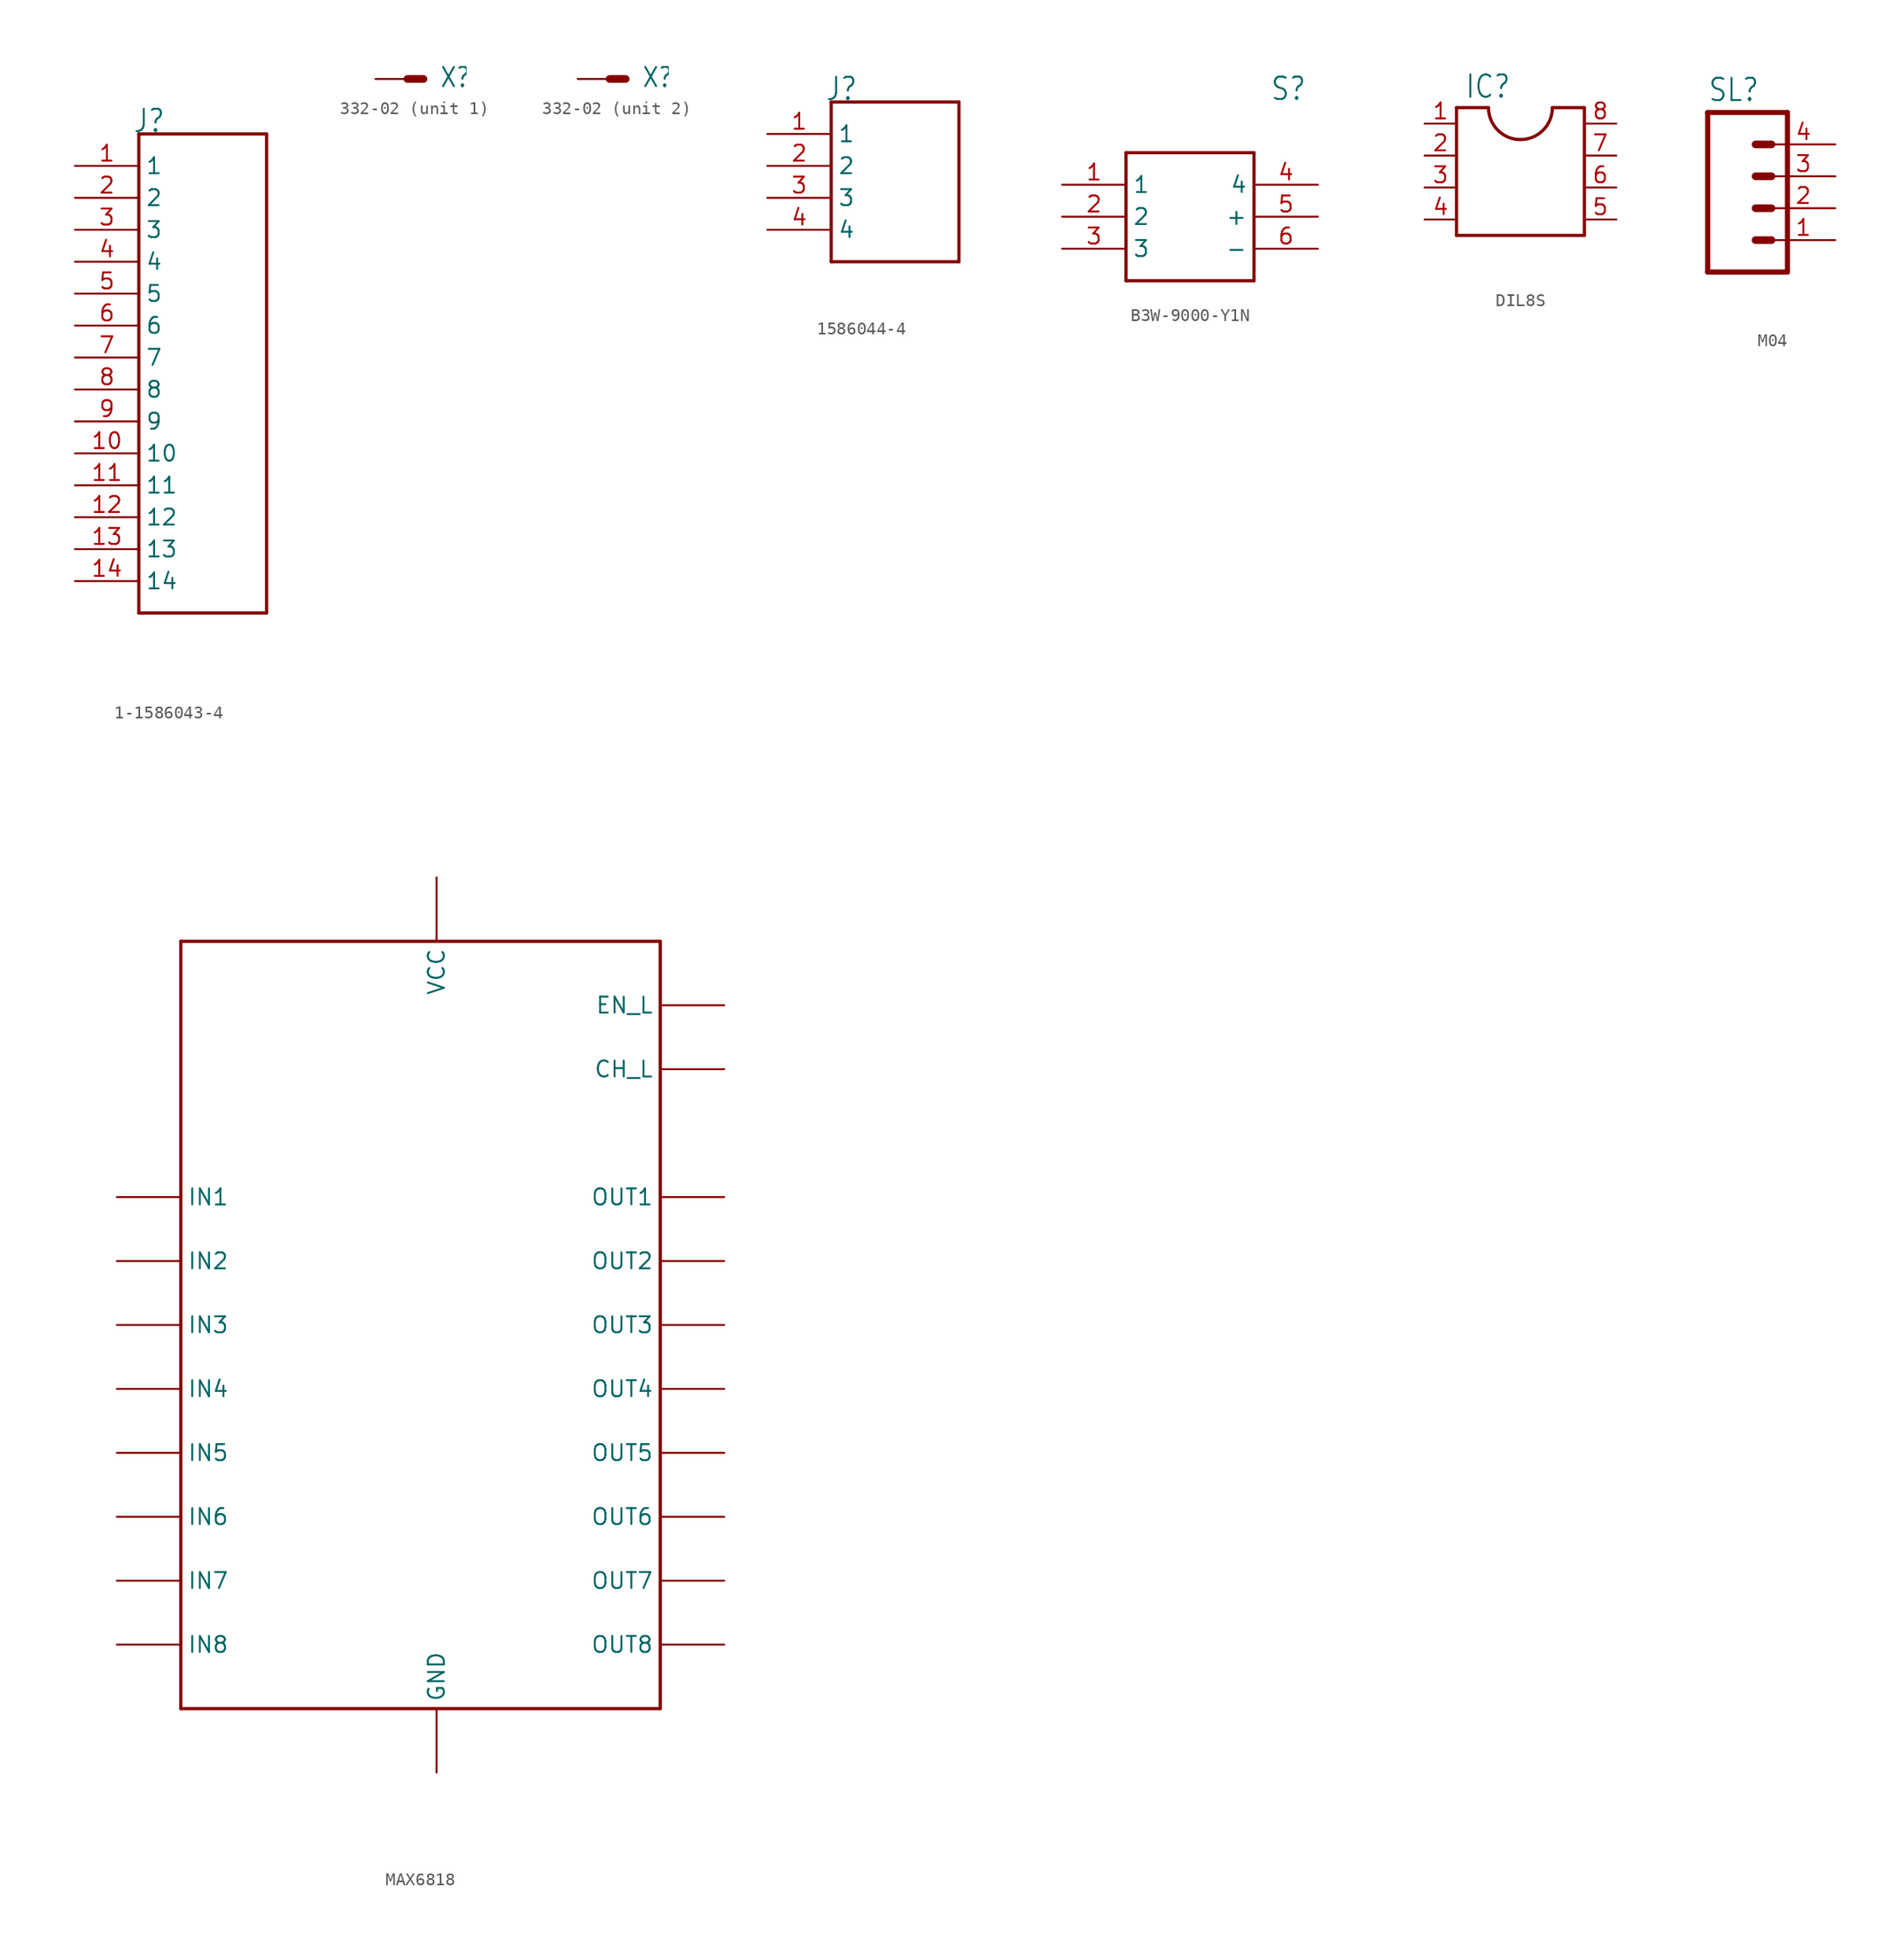
<source format=kicad_sym>
(kicad_symbol_lib
  (version 20231120)
  (generator "kicad_symbol_editor")
  (generator_version "8.0")
  (symbol "1-1586043-4"
    (property "Reference" "J"
      (at -5.58 20.32 0)
      (effects (font (size 1.778 1.511)) (justify left bottom)))
    (property "Value" ""
      (at -5.08 -20.32 0)
      (effects (font (size 1.778 1.511)) (justify left bottom)))
    (property "ki_locked" ""
      (at 0 0 0)
      (effects (font (size 1.27 1.27))))
    (symbol "1-1586043-4_1_0"
      (polyline (pts (xy -5.08 -17.78) (xy -5.08 20.32)) (stroke (width 0.254) (type solid)) (fill (type none)))
      (polyline (pts (xy -5.08 20.32) (xy 5.08 20.32)) (stroke (width 0.254) (type solid)) (fill (type none)))
      (polyline (pts (xy 5.08 -17.78) (xy -5.08 -17.78)) (stroke (width 0.254) (type solid)) (fill (type none)))
      (polyline (pts (xy 5.08 20.32) (xy 5.08 -17.78)) (stroke (width 0.254) (type solid)) (fill (type none)))
      (pin passive line (at -10.16 17.78 0) (length 5.08) (name "1" (effects (font (size 1.27 1.27)))) (number "1" (effects (font (size 1.27 1.27)))))
      (pin passive line (at -10.16 -5.08 0) (length 5.08) (name "10" (effects (font (size 1.27 1.27)))) (number "10" (effects (font (size 1.27 1.27)))))
      (pin passive line (at -10.16 -7.62 0) (length 5.08) (name "11" (effects (font (size 1.27 1.27)))) (number "11" (effects (font (size 1.27 1.27)))))
      (pin passive line (at -10.16 -10.16 0) (length 5.08) (name "12" (effects (font (size 1.27 1.27)))) (number "12" (effects (font (size 1.27 1.27)))))
      (pin passive line (at -10.16 -12.7 0) (length 5.08) (name "13" (effects (font (size 1.27 1.27)))) (number "13" (effects (font (size 1.27 1.27)))))
      (pin passive line (at -10.16 -15.24 0) (length 5.08) (name "14" (effects (font (size 1.27 1.27)))) (number "14" (effects (font (size 1.27 1.27)))))
      (pin passive line (at -10.16 15.24 0) (length 5.08) (name "2" (effects (font (size 1.27 1.27)))) (number "2" (effects (font (size 1.27 1.27)))))
      (pin passive line (at -10.16 12.7 0) (length 5.08) (name "3" (effects (font (size 1.27 1.27)))) (number "3" (effects (font (size 1.27 1.27)))))
      (pin passive line (at -10.16 10.16 0) (length 5.08) (name "4" (effects (font (size 1.27 1.27)))) (number "4" (effects (font (size 1.27 1.27)))))
      (pin passive line (at -10.16 7.62 0) (length 5.08) (name "5" (effects (font (size 1.27 1.27)))) (number "5" (effects (font (size 1.27 1.27)))))
      (pin passive line (at -10.16 5.08 0) (length 5.08) (name "6" (effects (font (size 1.27 1.27)))) (number "6" (effects (font (size 1.27 1.27)))))
      (pin passive line (at -10.16 2.54 0) (length 5.08) (name "7" (effects (font (size 1.27 1.27)))) (number "7" (effects (font (size 1.27 1.27)))))
      (pin passive line (at -10.16 0 0) (length 5.08) (name "8" (effects (font (size 1.27 1.27)))) (number "8" (effects (font (size 1.27 1.27)))))
      (pin passive line (at -10.16 -2.54 0) (length 5.08) (name "9" (effects (font (size 1.27 1.27)))) (number "9" (effects (font (size 1.27 1.27)))))))
  (symbol "332-02"
    (property "Reference" "X"
      (at 2.54 -0.762 0)
      (effects (font (size 1.524 1.295)) (justify left bottom)))
    (property "Value" ""
      (at -0.762 1.397 0)
      (effects (font (size 1.778 1.511)) (justify left bottom)))
    (property "ki_locked" ""
      (at 0 0 0)
      (effects (font (size 1.27 1.27))))
    (symbol "332-02_1_0"
      (polyline (pts (xy 1.27 0) (xy 0 0)) (stroke (width 0.61) (type solid)) (fill (type none)))
      (pin passive line (at -2.54 0 0) (length 2.54) (name "S" (effects (font (size 0 0)))) (number "1" (effects (font (size 0 0))))))
    (symbol "332-02_2_0"
      (polyline (pts (xy 1.27 0) (xy 0 0)) (stroke (width 0.61) (type solid)) (fill (type none)))
      (pin passive line (at -2.54 0 0) (length 2.54) (name "S" (effects (font (size 0 0)))) (number "2" (effects (font (size 0 0)))))))
  (symbol "1586044-4"
    (property "Reference" "J"
      (at -5.58 7.62 0)
      (effects (font (size 1.778 1.511)) (justify left bottom)))
    (property "Value" ""
      (at -5.08 -7.62 0)
      (effects (font (size 1.778 1.511)) (justify left bottom)))
    (property "ki_locked" ""
      (at 0 0 0)
      (effects (font (size 1.27 1.27))))
    (symbol "1586044-4_1_0"
      (polyline (pts (xy -5.08 -5.08) (xy -5.08 7.62)) (stroke (width 0.254) (type solid)) (fill (type none)))
      (polyline (pts (xy -5.08 7.62) (xy 5.08 7.62)) (stroke (width 0.254) (type solid)) (fill (type none)))
      (polyline (pts (xy 5.08 -5.08) (xy -5.08 -5.08)) (stroke (width 0.254) (type solid)) (fill (type none)))
      (polyline (pts (xy 5.08 7.62) (xy 5.08 -5.08)) (stroke (width 0.254) (type solid)) (fill (type none)))
      (pin passive line (at -10.16 5.08 0) (length 5.08) (name "1" (effects (font (size 1.27 1.27)))) (number "1" (effects (font (size 1.27 1.27)))))
      (pin passive line (at -10.16 2.54 0) (length 5.08) (name "2" (effects (font (size 1.27 1.27)))) (number "2" (effects (font (size 1.27 1.27)))))
      (pin passive line (at -10.16 0 0) (length 5.08) (name "3" (effects (font (size 1.27 1.27)))) (number "3" (effects (font (size 1.27 1.27)))))
      (pin passive line (at -10.16 -2.54 0) (length 5.08) (name "4" (effects (font (size 1.27 1.27)))) (number "4" (effects (font (size 1.27 1.27)))))))
  (symbol "B3W-9000-Y1N"
    (property "Reference" "S"
      (at 16.51 7.62 0)
      (effects (font (size 1.778 1.511)) (justify left)))
    (property "Value" ""
      (at 16.51 5.08 0)
      (effects (font (size 1.778 1.511)) (justify left)))
    (property "ki_locked" ""
      (at 0 0 0)
      (effects (font (size 1.27 1.27))))
    (symbol "B3W-9000-Y1N_1_0"
      (polyline (pts (xy 5.08 2.54) (xy 5.08 -7.62)) (stroke (width 0.254) (type solid)) (fill (type none)))
      (polyline (pts (xy 5.08 2.54) (xy 15.24 2.54)) (stroke (width 0.254) (type solid)) (fill (type none)))
      (polyline (pts (xy 15.24 -7.62) (xy 5.08 -7.62)) (stroke (width 0.254) (type solid)) (fill (type none)))
      (polyline (pts (xy 15.24 -7.62) (xy 15.24 2.54)) (stroke (width 0.254) (type solid)) (fill (type none)))
      (pin bidirectional line (at 0 0 0) (length 5.08) (name "1" (effects (font (size 1.27 1.27)))) (number "1" (effects (font (size 1.27 1.27)))))
      (pin bidirectional line (at 0 -2.54 0) (length 5.08) (name "2" (effects (font (size 1.27 1.27)))) (number "2" (effects (font (size 1.27 1.27)))))
      (pin bidirectional line (at 0 -5.08 0) (length 5.08) (name "3" (effects (font (size 1.27 1.27)))) (number "3" (effects (font (size 1.27 1.27)))))
      (pin bidirectional line (at 20.32 0 180) (length 5.08) (name "4" (effects (font (size 1.27 1.27)))) (number "4" (effects (font (size 1.27 1.27)))))
      (pin bidirectional line (at 20.32 -2.54 180) (length 5.08) (name "+" (effects (font (size 1.27 1.27)))) (number "5" (effects (font (size 1.27 1.27)))))
      (pin bidirectional line (at 20.32 -5.08 180) (length 5.08) (name "-" (effects (font (size 1.27 1.27)))) (number "6" (effects (font (size 1.27 1.27)))))))
  (symbol "DIL8S"
    (property "Reference" "IC"
      (at -4.445 4.445 0)
      (effects (font (size 1.778 1.511)) (justify left bottom)))
    (property "Value" ""
      (at -4.445 -8.89 0)
      (effects (font (size 1.778 1.511)) (justify left bottom)))
    (property "ki_locked" ""
      (at 0 0 0)
      (effects (font (size 1.27 1.27))))
    (symbol "DIL8S_1_0"
      (arc (start -2.54 3.81) (mid 0 1.27) (end 2.54 3.81) (stroke (width 0.254) (type solid)) (fill (type none)))
      (polyline (pts (xy -5.08 -6.35) (xy 5.08 -6.35)) (stroke (width 0.254) (type solid)) (fill (type none)))
      (polyline (pts (xy -5.08 3.81) (xy -5.08 -6.35)) (stroke (width 0.254) (type solid)) (fill (type none)))
      (polyline (pts (xy -5.08 3.81) (xy -2.54 3.81)) (stroke (width 0.254) (type solid)) (fill (type none)))
      (polyline (pts (xy 5.08 -6.35) (xy 5.08 3.81)) (stroke (width 0.254) (type solid)) (fill (type none)))
      (polyline (pts (xy 5.08 3.81) (xy 2.54 3.81)) (stroke (width 0.254) (type solid)) (fill (type none)))
      (pin passive line (at -7.62 2.54 0) (length 2.54) (name "1" (effects (font (size 0 0)))) (number "1" (effects (font (size 1.27 1.27)))))
      (pin passive line (at -7.62 0 0) (length 2.54) (name "2" (effects (font (size 0 0)))) (number "2" (effects (font (size 1.27 1.27)))))
      (pin passive line (at -7.62 -2.54 0) (length 2.54) (name "3" (effects (font (size 0 0)))) (number "3" (effects (font (size 1.27 1.27)))))
      (pin passive line (at -7.62 -5.08 0) (length 2.54) (name "4" (effects (font (size 0 0)))) (number "4" (effects (font (size 1.27 1.27)))))
      (pin passive line (at 7.62 -5.08 180) (length 2.54) (name "5" (effects (font (size 0 0)))) (number "5" (effects (font (size 1.27 1.27)))))
      (pin passive line (at 7.62 -2.54 180) (length 2.54) (name "6" (effects (font (size 0 0)))) (number "6" (effects (font (size 1.27 1.27)))))
      (pin passive line (at 7.62 0 180) (length 2.54) (name "7" (effects (font (size 0 0)))) (number "7" (effects (font (size 1.27 1.27)))))
      (pin passive line (at 7.62 2.54 180) (length 2.54) (name "8" (effects (font (size 0 0)))) (number "8" (effects (font (size 1.27 1.27)))))))
  (symbol "M04"
    (property "Reference" "SL"
      (at -5.08 8.382 0)
      (effects (font (size 1.778 1.511)) (justify left bottom)))
    (property "Value" ""
      (at -5.08 -7.62 0)
      (effects (font (size 1.778 1.511)) (justify left bottom)))
    (property "ki_locked" ""
      (at 0 0 0)
      (effects (font (size 1.27 1.27))))
    (symbol "M04_1_0"
      (polyline (pts (xy -5.08 7.62) (xy -5.08 -5.08)) (stroke (width 0.406) (type solid)) (fill (type none)))
      (polyline (pts (xy -5.08 7.62) (xy 1.27 7.62)) (stroke (width 0.406) (type solid)) (fill (type none)))
      (polyline (pts (xy -1.27 -2.54) (xy 0 -2.54)) (stroke (width 0.61) (type solid)) (fill (type none)))
      (polyline (pts (xy -1.27 0) (xy 0 0)) (stroke (width 0.61) (type solid)) (fill (type none)))
      (polyline (pts (xy -1.27 2.54) (xy 0 2.54)) (stroke (width 0.61) (type solid)) (fill (type none)))
      (polyline (pts (xy -1.27 5.08) (xy 0 5.08)) (stroke (width 0.61) (type solid)) (fill (type none)))
      (polyline (pts (xy 1.27 -5.08) (xy -5.08 -5.08)) (stroke (width 0.406) (type solid)) (fill (type none)))
      (polyline (pts (xy 1.27 -5.08) (xy 1.27 7.62)) (stroke (width 0.406) (type solid)) (fill (type none)))
      (pin passive line (at 5.08 -2.54 180) (length 5.08) (name "1" (effects (font (size 0 0)))) (number "1" (effects (font (size 1.27 1.27)))))
      (pin passive line (at 5.08 0 180) (length 5.08) (name "2" (effects (font (size 0 0)))) (number "2" (effects (font (size 1.27 1.27)))))
      (pin passive line (at 5.08 2.54 180) (length 5.08) (name "3" (effects (font (size 0 0)))) (number "3" (effects (font (size 1.27 1.27)))))
      (pin passive line (at 5.08 5.08 180) (length 5.08) (name "4" (effects (font (size 0 0)))) (number "4" (effects (font (size 1.27 1.27)))))))
  (symbol "MAX6818"
    (property "Reference" ""
      (at -17.829 35.658 0)
      (effects (font (size 1.783 1.515)) (justify left bottom) (hide yes)))
    (property "Value" ""
      (at -7.631 12.718 0)
      (effects (font (size 2.544 2.162)) (justify left bottom)))
    (property "ki_locked" ""
      (at 0 0 0)
      (effects (font (size 1.27 1.27))))
    (symbol "MAX6818_1_0"
      (polyline (pts (xy -20.32 -30.48) (xy -20.32 30.48)) (stroke (width 0.254) (type solid)) (fill (type none)))
      (polyline (pts (xy -20.32 30.48) (xy 17.78 30.48)) (stroke (width 0.254) (type solid)) (fill (type none)))
      (polyline (pts (xy 17.78 -30.48) (xy -20.32 -30.48)) (stroke (width 0.254) (type solid)) (fill (type none)))
      (polyline (pts (xy 17.78 30.48) (xy 17.78 -30.48)) (stroke (width 0.254) (type solid)) (fill (type none)))
      (pin bidirectional line (at 22.86 20.32 180) (length 5.08) (name "CH_L" (effects (font (size 1.27 1.27)))) (number "CH_L" (effects (font (size 0 0)))))
      (pin bidirectional line (at 22.86 25.4 180) (length 5.08) (name "EN_L" (effects (font (size 1.27 1.27)))) (number "EN_L" (effects (font (size 0 0)))))
      (pin bidirectional line (at 0 -35.56 90) (length 5.08) (name "GND" (effects (font (size 1.27 1.27)))) (number "GND" (effects (font (size 0 0)))))
      (pin bidirectional line (at -25.4 10.16 0) (length 5.08) (name "IN1" (effects (font (size 1.27 1.27)))) (number "IN1" (effects (font (size 0 0)))))
      (pin bidirectional line (at -25.4 5.08 0) (length 5.08) (name "IN2" (effects (font (size 1.27 1.27)))) (number "IN2" (effects (font (size 0 0)))))
      (pin bidirectional line (at -25.4 0 0) (length 5.08) (name "IN3" (effects (font (size 1.27 1.27)))) (number "IN3" (effects (font (size 0 0)))))
      (pin bidirectional line (at -25.4 -5.08 0) (length 5.08) (name "IN4" (effects (font (size 1.27 1.27)))) (number "IN4" (effects (font (size 0 0)))))
      (pin bidirectional line (at -25.4 -10.16 0) (length 5.08) (name "IN5" (effects (font (size 1.27 1.27)))) (number "IN5" (effects (font (size 0 0)))))
      (pin bidirectional line (at -25.4 -15.24 0) (length 5.08) (name "IN6" (effects (font (size 1.27 1.27)))) (number "IN6" (effects (font (size 0 0)))))
      (pin bidirectional line (at -25.4 -20.32 0) (length 5.08) (name "IN7" (effects (font (size 1.27 1.27)))) (number "IN7" (effects (font (size 0 0)))))
      (pin bidirectional line (at -25.4 -25.4 0) (length 5.08) (name "IN8" (effects (font (size 1.27 1.27)))) (number "IN8" (effects (font (size 0 0)))))
      (pin bidirectional line (at 22.86 10.16 180) (length 5.08) (name "OUT1" (effects (font (size 1.27 1.27)))) (number "OUT1" (effects (font (size 0 0)))))
      (pin bidirectional line (at 22.86 5.08 180) (length 5.08) (name "OUT2" (effects (font (size 1.27 1.27)))) (number "OUT2" (effects (font (size 0 0)))))
      (pin bidirectional line (at 22.86 0 180) (length 5.08) (name "OUT3" (effects (font (size 1.27 1.27)))) (number "OUT3" (effects (font (size 0 0)))))
      (pin bidirectional line (at 22.86 -5.08 180) (length 5.08) (name "OUT4" (effects (font (size 1.27 1.27)))) (number "OUT4" (effects (font (size 0 0)))))
      (pin bidirectional line (at 22.86 -10.16 180) (length 5.08) (name "OUT5" (effects (font (size 1.27 1.27)))) (number "OUT5" (effects (font (size 0 0)))))
      (pin bidirectional line (at 22.86 -15.24 180) (length 5.08) (name "OUT6" (effects (font (size 1.27 1.27)))) (number "OUT6" (effects (font (size 0 0)))))
      (pin bidirectional line (at 22.86 -20.32 180) (length 5.08) (name "OUT7" (effects (font (size 1.27 1.27)))) (number "OUT7" (effects (font (size 0 0)))))
      (pin bidirectional line (at 22.86 -25.4 180) (length 5.08) (name "OUT8" (effects (font (size 1.27 1.27)))) (number "OUT8" (effects (font (size 0 0)))))
      (pin bidirectional line (at 0 35.56 270) (length 5.08) (name "VCC" (effects (font (size 1.27 1.27)))) (number "VCC" (effects (font (size 0 0))))))))
</source>
